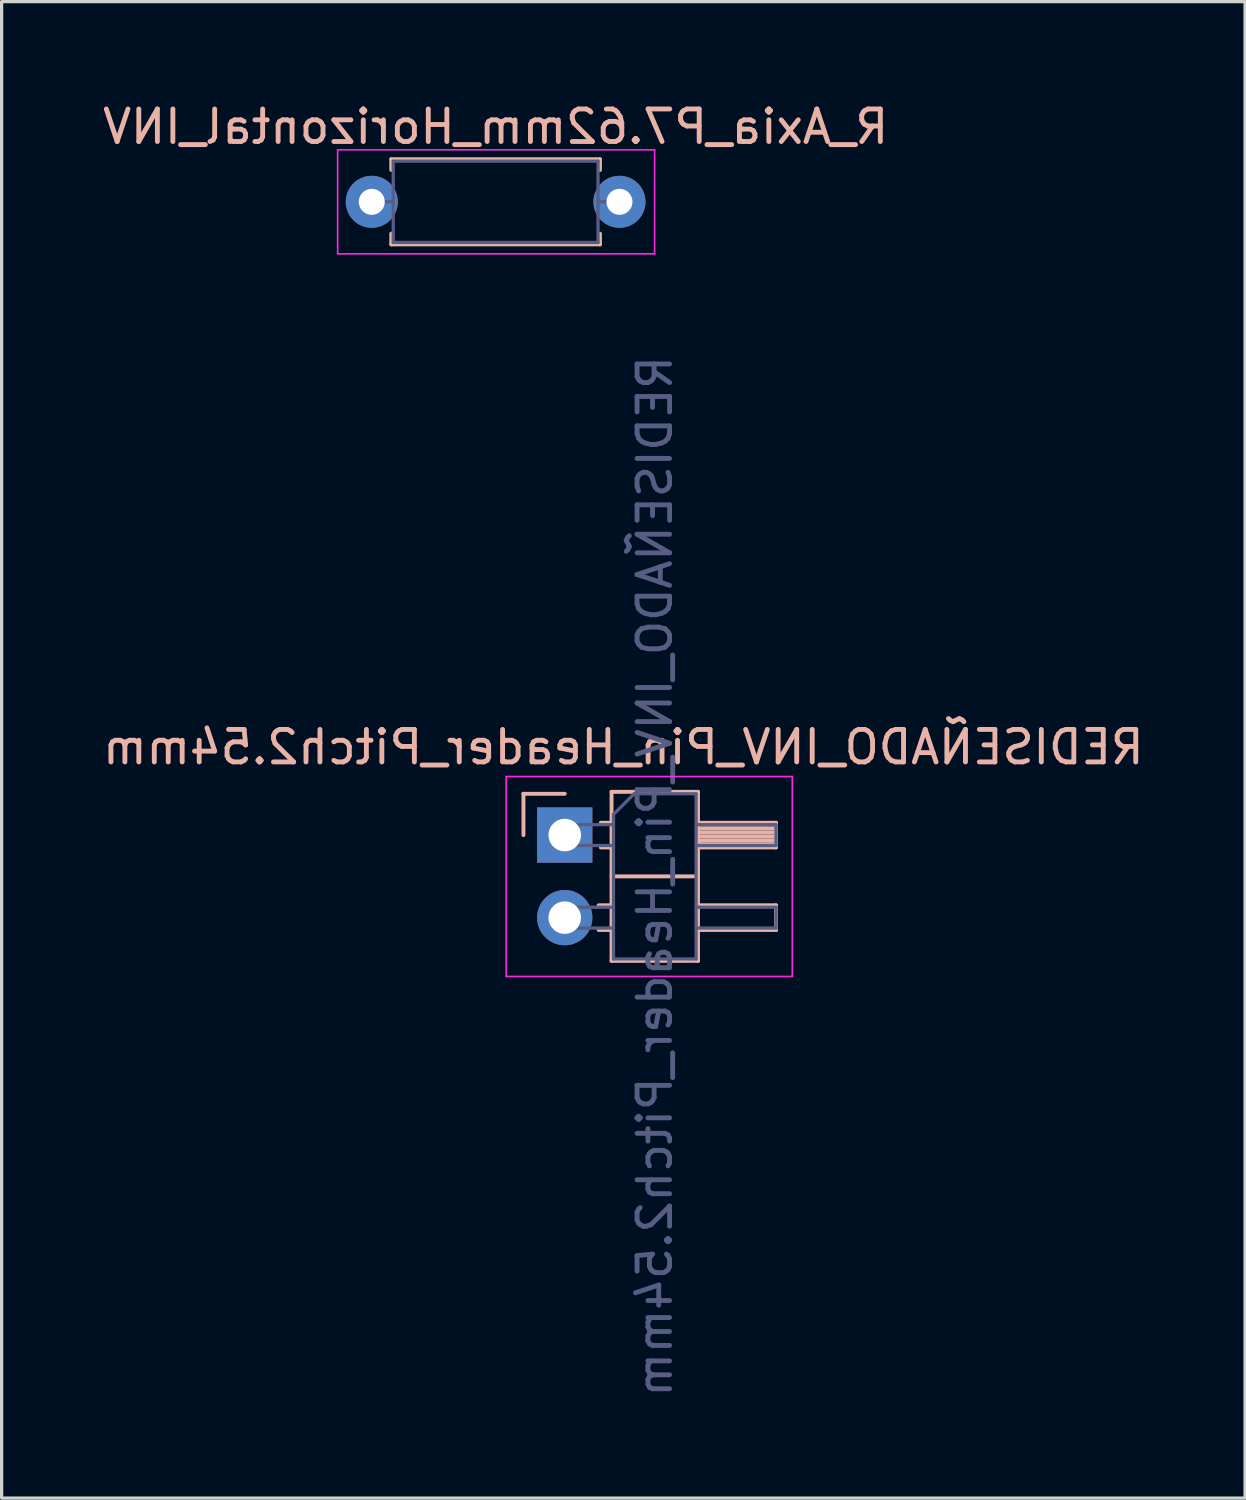
<source format=kicad_pcb>
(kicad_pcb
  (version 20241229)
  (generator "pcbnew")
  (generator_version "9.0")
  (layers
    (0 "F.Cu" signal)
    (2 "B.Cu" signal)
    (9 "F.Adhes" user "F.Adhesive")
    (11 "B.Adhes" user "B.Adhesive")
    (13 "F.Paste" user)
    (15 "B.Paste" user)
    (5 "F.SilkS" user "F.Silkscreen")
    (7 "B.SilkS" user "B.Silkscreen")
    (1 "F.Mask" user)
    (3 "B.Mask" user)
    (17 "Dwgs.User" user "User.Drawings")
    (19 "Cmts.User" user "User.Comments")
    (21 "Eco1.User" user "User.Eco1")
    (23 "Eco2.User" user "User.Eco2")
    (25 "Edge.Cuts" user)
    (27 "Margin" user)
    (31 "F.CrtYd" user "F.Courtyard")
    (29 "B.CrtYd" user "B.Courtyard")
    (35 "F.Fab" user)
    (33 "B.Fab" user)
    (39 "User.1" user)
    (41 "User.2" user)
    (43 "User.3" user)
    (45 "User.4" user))
  (footprint "R_Axia_P7.62mm_Horizontal_INV"
    (layer "F.Cu")
    (at 8.386 3.158)
    (property "Reference" "R_Axia_P7.62mm_Horizontal_INV" (at 3.81 -2.31 0) (layer "B.SilkS") (effects (font (size 1 1) (thickness 0.15)) (justify mirror)))
    (attr through_hole)
    (fp_line (start 0.6 -1.31) (end 7.02 -1.31) (stroke (width 0.12) (type solid)) (layer "B.SilkS"))
    (fp_line (start 0.6 -0.98) (end 0.6 -1.31) (stroke (width 0.12) (type solid)) (layer "B.SilkS"))
    (fp_line (start 0.6 0.98) (end 0.6 1.31) (stroke (width 0.12) (type solid)) (layer "B.SilkS"))
    (fp_line (start 0.6 1.31) (end 7.02 1.31) (stroke (width 0.12) (type solid)) (layer "B.SilkS"))
    (fp_line (start 7.02 -1.31) (end 7.02 -0.98) (stroke (width 0.12) (type solid)) (layer "B.SilkS"))
    (fp_line (start 7.02 1.31) (end 7.02 0.98) (stroke (width 0.12) (type solid)) (layer "B.SilkS"))
    (fp_line (start -1.05 -1.6) (end -1.05 1.6) (stroke (width 0.05) (type solid)) (layer "F.CrtYd"))
    (fp_line (start -1.05 1.6) (end 8.7 1.6) (stroke (width 0.05) (type solid)) (layer "F.CrtYd"))
    (fp_line (start 8.7 -1.6) (end -1.05 -1.6) (stroke (width 0.05) (type solid)) (layer "F.CrtYd"))
    (fp_line (start 8.7 1.6) (end 8.7 -1.6) (stroke (width 0.05) (type solid)) (layer "F.CrtYd"))
    (fp_line (start 0 0) (end 0.66 0) (stroke (width 0.1) (type solid)) (layer "B.Fab"))
    (fp_line (start 0.66 -1.25) (end 0.66 1.25) (stroke (width 0.1) (type solid)) (layer "B.Fab"))
    (fp_line (start 0.66 1.25) (end 6.96 1.25) (stroke (width 0.1) (type solid)) (layer "B.Fab"))
    (fp_line (start 6.96 -1.25) (end 0.66 -1.25) (stroke (width 0.1) (type solid)) (layer "B.Fab"))
    (fp_line (start 6.96 1.25) (end 6.96 -1.25) (stroke (width 0.1) (type solid)) (layer "B.Fab"))
    (fp_line (start 7.62 0) (end 6.96 0) (stroke (width 0.1) (type solid)) (layer "B.Fab"))
    (pad "1" thru_hole circle (at 0 0) (size 1.6 1.6) (drill 0.8) (layers "*.Cu" "*.Mask"))
    (pad "2" thru_hole oval (at 7.62 0) (size 1.6 1.6) (drill 0.8) (layers "*.Cu" "*.Mask")))
  (footprint "REDISEÑADO_INV_Pin_Header_Pitch2.54mm"
    (layer "F.Cu")
    (at 14.322 22.638)
    (property "Reference" "REDISEÑADO_INV_Pin_Header_Pitch2.54mm" (at 1.803 -2.705 0) (layer "B.SilkS") (effects (font (size 1 1) (thickness 0.15)) (justify mirror)))
    (attr through_hole)
    (fp_line (start -1.27 -1.27) (end 0 -1.27) (stroke (width 0.12) (type solid)) (layer "B.SilkS"))
    (fp_line (start -1.27 0) (end -1.27 -1.27) (stroke (width 0.12) (type solid)) (layer "B.SilkS"))
    (fp_line (start 1.043 2.16) (end 1.44 2.16) (stroke (width 0.12) (type solid)) (layer "B.SilkS"))
    (fp_line (start 1.043 2.92) (end 1.44 2.92) (stroke (width 0.12) (type solid)) (layer "B.SilkS"))
    (fp_line (start 1.11 -0.38) (end 1.44 -0.38) (stroke (width 0.12) (type solid)) (layer "B.SilkS"))
    (fp_line (start 1.11 0.38) (end 1.44 0.38) (stroke (width 0.12) (type solid)) (layer "B.SilkS"))
    (fp_line (start 1.44 -1.33) (end 1.44 3.87) (stroke (width 0.12) (type solid)) (layer "B.SilkS"))
    (fp_line (start 1.44 1.27) (end 4.1 1.27) (stroke (width 0.12) (type solid)) (layer "B.SilkS"))
    (fp_line (start 1.44 3.87) (end 4.1 3.87) (stroke (width 0.12) (type solid)) (layer "B.SilkS"))
    (fp_line (start 4.1 -1.33) (end 1.44 -1.33) (stroke (width 0.12) (type solid)) (layer "B.SilkS"))
    (fp_line (start 4.1 -0.38) (end 6.5 -0.38) (stroke (width 0.12) (type solid)) (layer "B.SilkS"))
    (fp_line (start 4.1 -0.32) (end 6.5 -0.32) (stroke (width 0.12) (type solid)) (layer "B.SilkS"))
    (fp_line (start 4.1 -0.2) (end 6.5 -0.2) (stroke (width 0.12) (type solid)) (layer "B.SilkS"))
    (fp_line (start 4.1 -0.08) (end 6.5 -0.08) (stroke (width 0.12) (type solid)) (layer "B.SilkS"))
    (fp_line (start 4.1 0.04) (end 6.5 0.04) (stroke (width 0.12) (type solid)) (layer "B.SilkS"))
    (fp_line (start 4.1 0.16) (end 6.5 0.16) (stroke (width 0.12) (type solid)) (layer "B.SilkS"))
    (fp_line (start 4.1 0.28) (end 6.5 0.28) (stroke (width 0.12) (type solid)) (layer "B.SilkS"))
    (fp_line (start 4.1 2.16) (end 6.5 2.16) (stroke (width 0.12) (type solid)) (layer "B.SilkS"))
    (fp_line (start 4.1 3.87) (end 4.1 -1.33) (stroke (width 0.12) (type solid)) (layer "B.SilkS"))
    (fp_line (start 6.5 -0.38) (end 6.5 0.38) (stroke (width 0.12) (type solid)) (layer "B.SilkS"))
    (fp_line (start 6.5 0.38) (end 4.1 0.38) (stroke (width 0.12) (type solid)) (layer "B.SilkS"))
    (fp_line (start 6.5 2.16) (end 6.5 2.92) (stroke (width 0.12) (type solid)) (layer "B.SilkS"))
    (fp_line (start 6.5 2.92) (end 4.1 2.92) (stroke (width 0.12) (type solid)) (layer "B.SilkS"))
    (fp_line (start -1.8 -1.8) (end -1.8 4.35) (stroke (width 0.05) (type solid)) (layer "F.CrtYd"))
    (fp_line (start -1.8 4.35) (end 7 4.35) (stroke (width 0.05) (type solid)) (layer "F.CrtYd"))
    (fp_line (start 7 -1.8) (end -1.8 -1.8) (stroke (width 0.05) (type solid)) (layer "F.CrtYd"))
    (fp_line (start 7 4.35) (end 7 -1.8) (stroke (width 0.05) (type solid)) (layer "F.CrtYd"))
    (fp_line (start -0.32 -0.32) (end -0.32 0.32) (stroke (width 0.1) (type solid)) (layer "B.Fab"))
    (fp_line (start -0.32 -0.32) (end 1.5 -0.32) (stroke (width 0.1) (type solid)) (layer "B.Fab"))
    (fp_line (start -0.32 0.32) (end 1.5 0.32) (stroke (width 0.1) (type solid)) (layer "B.Fab"))
    (fp_line (start -0.32 2.22) (end -0.32 2.86) (stroke (width 0.1) (type solid)) (layer "B.Fab"))
    (fp_line (start -0.32 2.22) (end 1.5 2.22) (stroke (width 0.1) (type solid)) (layer "B.Fab"))
    (fp_line (start -0.32 2.86) (end 1.5 2.86) (stroke (width 0.1) (type solid)) (layer "B.Fab"))
    (fp_line (start 1.5 -0.635) (end 2.135 -1.27) (stroke (width 0.1) (type solid)) (layer "B.Fab"))
    (fp_line (start 1.5 3.81) (end 1.5 -0.635) (stroke (width 0.1) (type solid)) (layer "B.Fab"))
    (fp_line (start 2.135 -1.27) (end 4.04 -1.27) (stroke (width 0.1) (type solid)) (layer "B.Fab"))
    (fp_line (start 4.04 -1.27) (end 4.04 3.81) (stroke (width 0.1) (type solid)) (layer "B.Fab"))
    (fp_line (start 4.04 -0.32) (end 6.5 -0.32) (stroke (width 0.1) (type solid)) (layer "B.Fab"))
    (fp_line (start 4.04 0.32) (end 6.5 0.32) (stroke (width 0.1) (type solid)) (layer "B.Fab"))
    (fp_line (start 4.04 2.22) (end 6.5 2.22) (stroke (width 0.1) (type solid)) (layer "B.Fab"))
    (fp_line (start 4.04 2.86) (end 6.5 2.86) (stroke (width 0.1) (type solid)) (layer "B.Fab"))
    (fp_line (start 4.04 3.81) (end 1.5 3.81) (stroke (width 0.1) (type solid)) (layer "B.Fab"))
    (fp_line (start 6.5 -0.32) (end 6.5 0.32) (stroke (width 0.1) (type solid)) (layer "B.Fab"))
    (fp_line (start 6.5 2.22) (end 6.5 2.86) (stroke (width 0.1) (type solid)) (layer "B.Fab"))
    (fp_text user "${REFERENCE}" (at 2.77 1.27 90) (layer "B.Fab") (effects (font (size 1 1) (thickness 0.15)) (justify mirror)))
    (pad "1" thru_hole rect (at 0 0) (size 1.7 1.7) (drill 1) (layers "*.Cu" "*.Mask"))
    (pad "2" thru_hole oval (at 0 2.54) (size 1.7 1.7) (drill 1) (layers "*.Cu" "*.Mask")))
  (gr_rect
    (start -3 -3)
    (end 35.25 43.033)
    (stroke (width 0.1) (type default))
    (fill no)
    (layer "Edge.Cuts")))
</source>
